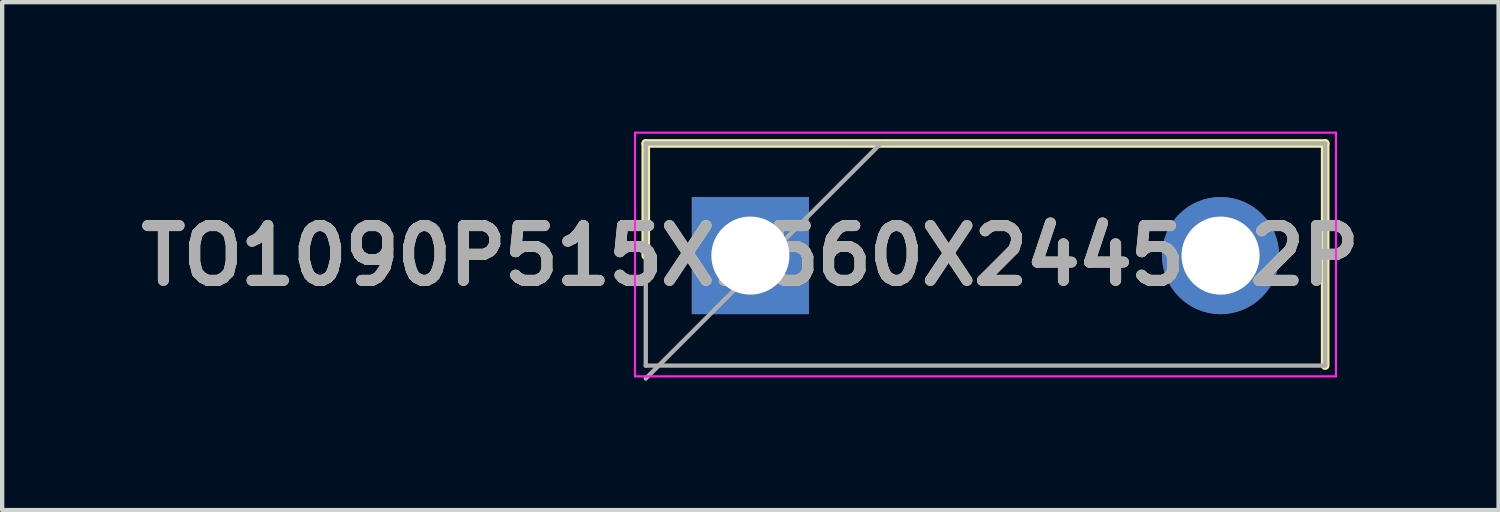
<source format=kicad_pcb>
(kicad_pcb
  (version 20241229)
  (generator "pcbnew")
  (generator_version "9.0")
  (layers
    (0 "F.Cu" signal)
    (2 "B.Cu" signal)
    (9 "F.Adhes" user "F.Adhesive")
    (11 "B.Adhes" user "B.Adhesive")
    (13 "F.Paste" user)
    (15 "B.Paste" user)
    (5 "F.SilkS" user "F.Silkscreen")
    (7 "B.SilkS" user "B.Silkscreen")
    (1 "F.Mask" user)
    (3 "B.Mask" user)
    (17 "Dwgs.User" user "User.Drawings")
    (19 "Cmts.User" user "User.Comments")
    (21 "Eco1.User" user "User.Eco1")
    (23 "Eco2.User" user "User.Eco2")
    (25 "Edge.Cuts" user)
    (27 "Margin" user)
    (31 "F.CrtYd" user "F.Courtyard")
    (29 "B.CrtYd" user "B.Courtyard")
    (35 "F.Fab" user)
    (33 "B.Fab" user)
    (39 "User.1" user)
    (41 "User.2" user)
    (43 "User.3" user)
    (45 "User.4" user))
  (footprint "TO1090P515X1560X2445-2P"
    (layer "F.Cu")
    (at 14.345 2.875)
    (property "Reference" "TO1090P515X1560X2445-2P" (at 0 0 0) (layer "F.SilkS") (effects (font (size 1.27 1.27) (thickness 0.254))))
    (attr through_hole)
    (fp_line (start -2.425 -2.6) (end -2.425 0) (stroke (width 0.2) (type solid)) (layer "F.SilkS"))
    (fp_line (start 13.325 -2.6) (end -2.425 -2.6) (stroke (width 0.2) (type solid)) (layer "F.SilkS"))
    (fp_line (start 13.325 2.55) (end 13.325 -2.6) (stroke (width 0.2) (type solid)) (layer "F.SilkS"))
    (fp_line (start -2.675 -2.85) (end 13.575 -2.85) (stroke (width 0.05) (type solid)) (layer "F.CrtYd"))
    (fp_line (start -2.675 2.8) (end -2.675 -2.85) (stroke (width 0.05) (type solid)) (layer "F.CrtYd"))
    (fp_line (start 13.575 -2.85) (end 13.575 2.8) (stroke (width 0.05) (type solid)) (layer "F.CrtYd"))
    (fp_line (start 13.575 2.8) (end -2.675 2.8) (stroke (width 0.05) (type solid)) (layer "F.CrtYd"))
    (fp_line (start -2.425 -2.6) (end 13.325 -2.6) (stroke (width 0.1) (type solid)) (layer "F.Fab"))
    (fp_line (start -2.425 2.55) (end -2.425 -2.6) (stroke (width 0.1) (type solid)) (layer "F.Fab"))
    (fp_line (start -2.425 2.85) (end 3.025 -2.6) (stroke (width 0.1) (type solid)) (layer "F.Fab"))
    (fp_line (start 13.325 -2.6) (end 13.325 2.55) (stroke (width 0.1) (type solid)) (layer "F.Fab"))
    (fp_line (start 13.325 2.55) (end -2.425 2.55) (stroke (width 0.1) (type solid)) (layer "F.Fab"))
    (fp_text user "${REFERENCE}" (at 0 0 0) (layer "F.Fab") (effects (font (size 1.27 1.27) (thickness 0.254))))
    (pad "1" thru_hole rect (at 0 0) (size 2.715 2.715) (drill 1.81) (layers "*.Cu" "*.Mask"))
    (pad "2" thru_hole circle (at 10.9 0) (size 2.715 2.715) (drill 1.81) (layers "*.Cu" "*.Mask")))
  (gr_rect
    (start -3 -3)
    (end 31.69 8.775)
    (stroke (width 0.1) (type default))
    (fill no)
    (layer "Edge.Cuts")))
</source>
